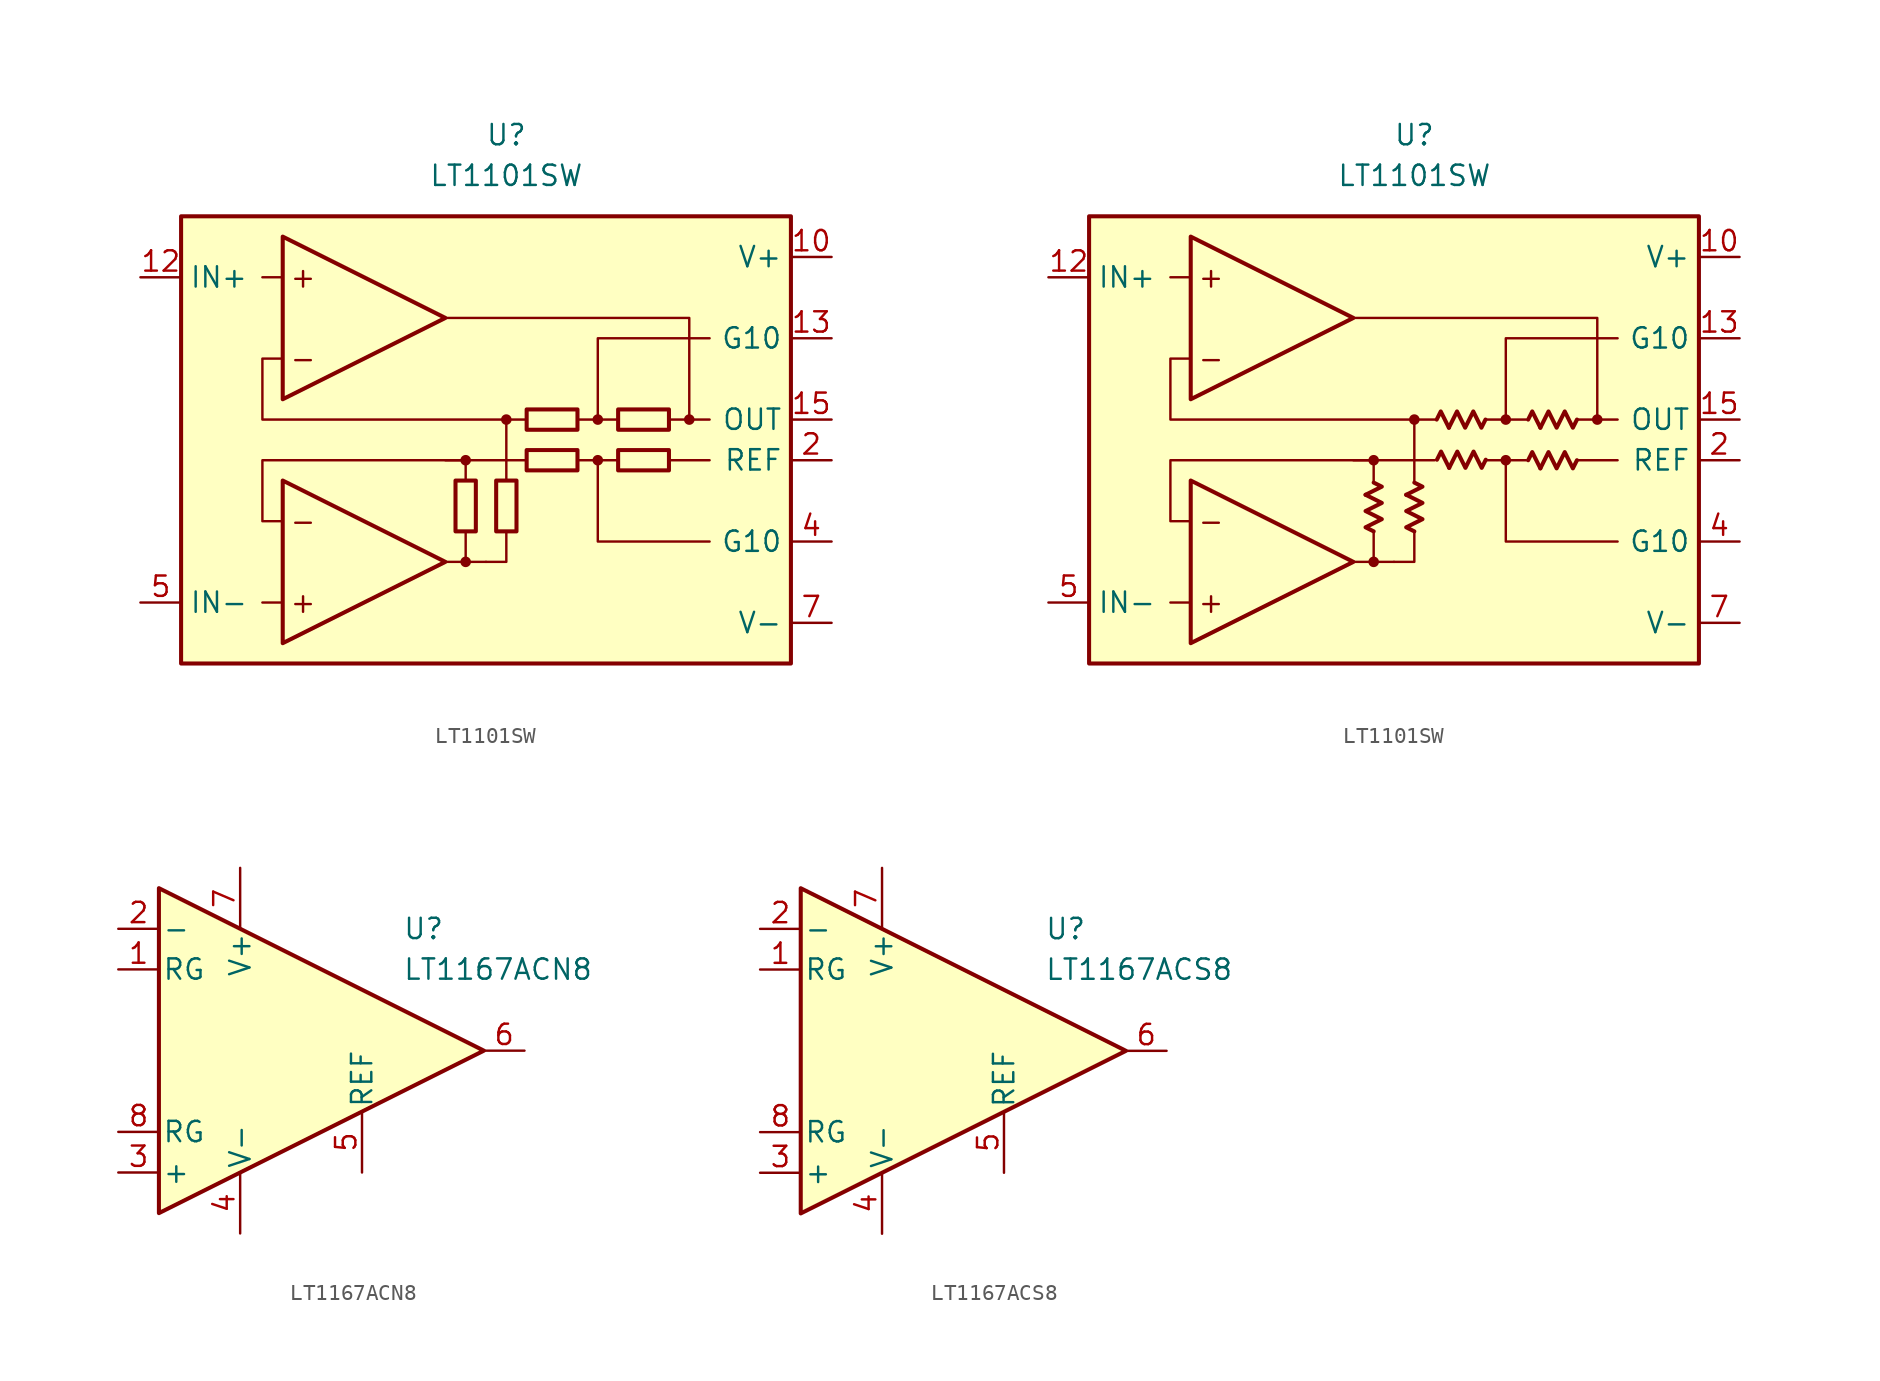
<source format=kicad_sym>
(kicad_symbol_lib
  (version 20231120)
  (generator "kicad_symbol_editor")
  (generator_version "8.0")
  (symbol "LT1101SW"
    (property "Reference" "U"
      (at 0 19.05 0)
      (effects (font (size 1.27 1.27))))
    (property "Value" "LT1101SW"
      (at 0 16.51 0)
      (effects (font (size 1.27 1.27))))
    (symbol "LT1101SW_0_0"
      (rectangle (start -20.32 13.97) (end 17.78 -13.97) (stroke (width 0.254) (type default)) (fill (type background)))
      (circle (center -2.54 -7.62) (radius 0.254) (stroke (width 0.152) (type default)) (fill (type outline)))
      (circle (center -2.54 -1.27) (radius 0.254) (stroke (width 0.152) (type default)) (fill (type outline)))
      (polyline (pts (xy -13.97 -10.16) (xy -15.24 -10.16)) (stroke (width 0.152) (type default)) (fill (type none)))
      (polyline (pts (xy -13.97 10.16) (xy -15.24 10.16)) (stroke (width 0.152) (type default)) (fill (type none)))
      (polyline (pts (xy -3.81 -7.62) (xy -1.27 -7.62)) (stroke (width 0.152) (type default)) (fill (type none)))
      (polyline (pts (xy -2.54 -5.715) (xy -2.54 -7.62)) (stroke (width 0.152) (type default)) (fill (type none)))
      (polyline (pts (xy -2.54 -2.54) (xy -2.54 -1.27)) (stroke (width 0.152) (type default)) (fill (type none)))
      (polyline (pts (xy 0 -2.54) (xy 0 -1.27)) (stroke (width 0.152) (type default)) (fill (type none)))
      (polyline (pts (xy 0 -1.27) (xy 0 1.27)) (stroke (width 0.152) (type default)) (fill (type none)))
      (polyline (pts (xy 1.27 -1.27) (xy -3.81 -1.27)) (stroke (width 0.152) (type default)) (fill (type none)))
      (polyline (pts (xy 5.715 -1.27) (xy 4.445 -1.27)) (stroke (width 0.152) (type default)) (fill (type none)))
      (polyline (pts (xy 5.715 1.27) (xy 4.445 1.27)) (stroke (width 0.152) (type default)) (fill (type none)))
      (polyline (pts (xy 6.985 -1.27) (xy 5.715 -1.27)) (stroke (width 0.152) (type default)) (fill (type none)))
      (polyline (pts (xy 6.985 1.27) (xy 5.715 1.27)) (stroke (width 0.152) (type default)) (fill (type none)))
      (polyline (pts (xy 11.43 1.27) (xy 12.7 1.27)) (stroke (width 0.152) (type default)) (fill (type none)))
      (polyline (pts (xy 12.7 -1.27) (xy 10.16 -1.27)) (stroke (width 0.152) (type default)) (fill (type none)))
      (polyline (pts (xy -1.27 -7.62) (xy 0 -7.62) (xy 0 -5.715)) (stroke (width 0.152) (type default)) (fill (type none)))
      (polyline (pts (xy 5.715 1.27) (xy 5.715 6.35) (xy 12.7 6.35)) (stroke (width 0.152) (type default)) (fill (type none)))
      (polyline (pts (xy 12.7 -6.35) (xy 5.715 -6.35) (xy 5.715 -1.27)) (stroke (width 0.152) (type default)) (fill (type none)))
      (polyline (pts (xy -2.54 -1.27) (xy -15.24 -1.27) (xy -15.24 -5.08) (xy -13.97 -5.08)) (stroke (width 0.152) (type default)) (fill (type none)))
      (polyline (pts (xy 10.16 1.27) (xy 11.43 1.27) (xy 11.43 7.62) (xy -3.81 7.62)) (stroke (width 0.152) (type default)) (fill (type none)))
      (polyline (pts (xy 1.27 1.27) (xy -15.24 1.27) (xy -15.24 5.08) (xy -15.24 5.08) (xy -13.97 5.08)) (stroke (width 0.152) (type default)) (fill (type none)))
      (circle (center 0 1.27) (radius 0.254) (stroke (width 0.152) (type default)) (fill (type outline)))
      (circle (center 5.715 -1.27) (radius 0.254) (stroke (width 0.152) (type default)) (fill (type outline)))
      (circle (center 5.715 1.27) (radius 0.254) (stroke (width 0.152) (type default)) (fill (type outline)))
      (circle (center 11.43 1.27) (radius 0.254) (stroke (width 0.152) (type default)) (fill (type outline)))
      (text "+" (at -12.7 -10.16 0) (effects (font (size 1.27 1.27))))
      (text "+" (at -12.7 10.16 0) (effects (font (size 1.27 1.27))))
      (text "-" (at -12.7 -5.08 0) (effects (font (size 1.27 1.27))))
      (text "-" (at -12.7 5.08 0) (effects (font (size 1.27 1.27)))))
    (symbol "LT1101SW_0_1"
      (rectangle (start -3.175 -5.715) (end -1.905 -2.54) (stroke (width 0.254) (type default)) (fill (type none)))
      (rectangle (start -0.635 -5.715) (end 0.635 -2.54) (stroke (width 0.254) (type default)) (fill (type none)))
      (rectangle (start 1.27 1.905) (end 4.445 0.635) (stroke (width 0.254) (type default)) (fill (type none)))
      (rectangle (start 4.445 -1.905) (end 1.27 -0.635) (stroke (width 0.254) (type default)) (fill (type none)))
      (rectangle (start 10.16 -1.905) (end 6.985 -0.635) (stroke (width 0.254) (type default)) (fill (type none)))
      (rectangle (start 10.16 0.635) (end 6.985 1.905) (stroke (width 0.254) (type default)) (fill (type none))))
    (symbol "LT1101SW_0_2"
      (polyline (pts (xy -3.048 -3.429) (xy -2.032 -2.921) (xy -2.54 -2.667)) (stroke (width 0.254) (type default)) (fill (type none)))
      (polyline (pts (xy -0.508 -3.429) (xy 0.508 -2.921) (xy 0 -2.667)) (stroke (width 0.254) (type default)) (fill (type none)))
      (polyline (pts (xy 2.159 0.762) (xy 1.651 1.778) (xy 1.397 1.27)) (stroke (width 0.254) (type default)) (fill (type none)))
      (polyline (pts (xy 2.177 -1.746) (xy 1.669 -0.73) (xy 1.415 -1.238)) (stroke (width 0.254) (type default)) (fill (type none)))
      (polyline (pts (xy 7.874 -1.778) (xy 7.366 -0.762) (xy 7.112 -1.27)) (stroke (width 0.254) (type default)) (fill (type none)))
      (polyline (pts (xy 7.874 0.762) (xy 7.366 1.778) (xy 7.112 1.27)) (stroke (width 0.254) (type default)) (fill (type none)))
      (polyline (pts (xy -2.54 -5.715) (xy -3.048 -5.461) (xy -2.032 -4.953) (xy -3.048 -4.445) (xy -2.032 -3.937) (xy -3.048 -3.429)) (stroke (width 0.254) (type default)) (fill (type none)))
      (polyline (pts (xy 0 -5.715) (xy -0.508 -5.461) (xy 0.508 -4.953) (xy -0.508 -4.445) (xy 0.508 -3.937) (xy -0.508 -3.429)) (stroke (width 0.254) (type default)) (fill (type none)))
      (polyline (pts (xy 4.445 1.27) (xy 4.191 0.762) (xy 3.683 1.778) (xy 3.175 0.762) (xy 2.667 1.778) (xy 2.159 0.762)) (stroke (width 0.254) (type default)) (fill (type none)))
      (polyline (pts (xy 4.463 -1.238) (xy 4.209 -1.746) (xy 3.701 -0.73) (xy 3.193 -1.746) (xy 2.685 -0.73) (xy 2.177 -1.746)) (stroke (width 0.254) (type default)) (fill (type none)))
      (polyline (pts (xy 10.16 -1.27) (xy 9.906 -1.778) (xy 9.398 -0.762) (xy 8.89 -1.778) (xy 8.382 -0.762) (xy 7.874 -1.778)) (stroke (width 0.254) (type default)) (fill (type none)))
      (polyline (pts (xy 10.16 1.27) (xy 9.906 0.762) (xy 9.398 1.778) (xy 8.89 0.762) (xy 8.382 1.778) (xy 7.874 0.762)) (stroke (width 0.254) (type default)) (fill (type none))))
    (symbol "LT1101SW_1_0"
      (polyline (pts (xy -13.97 -2.54) (xy -13.97 -12.7) (xy -3.81 -7.62) (xy -13.97 -2.54)) (stroke (width 0.254) (type default)) (fill (type background)))
      (polyline (pts (xy -13.97 12.7) (xy -13.97 2.54) (xy -3.81 7.62) (xy -13.97 12.7)) (stroke (width 0.254) (type default)) (fill (type background))))
    (symbol "LT1101SW_1_1"
      (pin free line (at 3.81 8.89 0) (length 2.54) hide (name "NC" (effects (font (size 1.27 1.27)))) (number "1" (effects (font (size 1.27 1.27)))))
      (pin power_in line (at 20.32 11.43 180) (length 2.54) (name "V+" (effects (font (size 1.27 1.27)))) (number "10" (effects (font (size 1.27 1.27)))))
      (pin free line (at 3.81 -3.81 0) (length 2.54) hide (name "NC" (effects (font (size 1.27 1.27)))) (number "11" (effects (font (size 1.27 1.27)))))
      (pin input line (at -22.86 10.16 0) (length 2.54) (name "IN+" (effects (font (size 1.27 1.27)))) (number "12" (effects (font (size 1.27 1.27)))))
      (pin passive line (at 20.32 6.35 180) (length 2.54) (name "G10" (effects (font (size 1.27 1.27)))) (number "13" (effects (font (size 1.27 1.27)))))
      (pin free line (at 3.81 -6.35 0) (length 2.54) hide (name "NC" (effects (font (size 1.27 1.27)))) (number "14" (effects (font (size 1.27 1.27)))))
      (pin output line (at 20.32 1.27 180) (length 2.54) (name "OUT" (effects (font (size 1.27 1.27)))) (number "15" (effects (font (size 1.27 1.27)))))
      (pin free line (at 3.81 -8.89 0) (length 2.54) hide (name "NC" (effects (font (size 1.27 1.27)))) (number "16" (effects (font (size 1.27 1.27)))))
      (pin input line (at 20.32 -1.27 180) (length 2.54) (name "REF" (effects (font (size 1.27 1.27)))) (number "2" (effects (font (size 1.27 1.27)))))
      (pin free line (at 3.81 6.35 0) (length 2.54) hide (name "NC" (effects (font (size 1.27 1.27)))) (number "3" (effects (font (size 1.27 1.27)))))
      (pin passive line (at 20.32 -6.35 180) (length 2.54) (name "G10" (effects (font (size 1.27 1.27)))) (number "4" (effects (font (size 1.27 1.27)))))
      (pin input line (at -22.86 -10.16 0) (length 2.54) (name "IN-" (effects (font (size 1.27 1.27)))) (number "5" (effects (font (size 1.27 1.27)))))
      (pin free line (at 3.81 3.81 0) (length 2.54) hide (name "NC" (effects (font (size 1.27 1.27)))) (number "6" (effects (font (size 1.27 1.27)))))
      (pin power_in line (at 20.32 -11.43 180) (length 2.54) (name "V-" (effects (font (size 1.27 1.27)))) (number "7" (effects (font (size 1.27 1.27)))))
      (pin free line (at 3.81 1.27 0) (length 2.54) hide (name "NC" (effects (font (size 1.27 1.27)))) (number "8" (effects (font (size 1.27 1.27)))))
      (pin free line (at 3.81 -1.27 0) (length 2.54) hide (name "NC" (effects (font (size 1.27 1.27)))) (number "9" (effects (font (size 1.27 1.27))))))
    (symbol "LT1101SW_1_2"
      (pin no_connect line (at 3.81 8.89 0) (length 2.54) hide (name "NC" (effects (font (size 1.27 1.27)))) (number "1" (effects (font (size 1.27 1.27)))))
      (pin power_in line (at 20.32 11.43 180) (length 2.54) (name "V+" (effects (font (size 1.27 1.27)))) (number "10" (effects (font (size 1.27 1.27)))))
      (pin no_connect line (at 3.81 -3.81 0) (length 2.54) hide (name "NC" (effects (font (size 1.27 1.27)))) (number "11" (effects (font (size 1.27 1.27)))))
      (pin input line (at -22.86 10.16 0) (length 2.54) (name "IN+" (effects (font (size 1.27 1.27)))) (number "12" (effects (font (size 1.27 1.27)))))
      (pin passive line (at 20.32 6.35 180) (length 2.54) (name "G10" (effects (font (size 1.27 1.27)))) (number "13" (effects (font (size 1.27 1.27)))))
      (pin no_connect line (at 3.81 -6.35 0) (length 2.54) hide (name "NC" (effects (font (size 1.27 1.27)))) (number "14" (effects (font (size 1.27 1.27)))))
      (pin output line (at 20.32 1.27 180) (length 2.54) (name "OUT" (effects (font (size 1.27 1.27)))) (number "15" (effects (font (size 1.27 1.27)))))
      (pin no_connect line (at 3.81 -8.89 0) (length 2.54) hide (name "NC" (effects (font (size 1.27 1.27)))) (number "16" (effects (font (size 1.27 1.27)))))
      (pin input line (at 20.32 -1.27 180) (length 2.54) (name "REF" (effects (font (size 1.27 1.27)))) (number "2" (effects (font (size 1.27 1.27)))))
      (pin no_connect line (at 3.81 6.35 0) (length 2.54) hide (name "NC" (effects (font (size 1.27 1.27)))) (number "3" (effects (font (size 1.27 1.27)))))
      (pin passive line (at 20.32 -6.35 180) (length 2.54) (name "G10" (effects (font (size 1.27 1.27)))) (number "4" (effects (font (size 1.27 1.27)))))
      (pin input line (at -22.86 -10.16 0) (length 2.54) (name "IN-" (effects (font (size 1.27 1.27)))) (number "5" (effects (font (size 1.27 1.27)))))
      (pin no_connect line (at 3.81 3.81 0) (length 2.54) hide (name "NC" (effects (font (size 1.27 1.27)))) (number "6" (effects (font (size 1.27 1.27)))))
      (pin power_in line (at 20.32 -11.43 180) (length 2.54) (name "V-" (effects (font (size 1.27 1.27)))) (number "7" (effects (font (size 1.27 1.27)))))
      (pin no_connect line (at 3.81 1.27 0) (length 2.54) hide (name "NC" (effects (font (size 1.27 1.27)))) (number "8" (effects (font (size 1.27 1.27)))))
      (pin no_connect line (at 3.81 -1.27 0) (length 2.54) hide (name "NC" (effects (font (size 1.27 1.27)))) (number "9" (effects (font (size 1.27 1.27)))))))
  (symbol "LT1167ACN8"
    (pin_names
      (offset 0.2))
    (property "Reference" "U"
      (at 6.35 7.62 0)
      (effects (font (size 1.27 1.27)) (justify left)))
    (property "Value" "LT1167ACN8"
      (at 6.35 5.08 0)
      (effects (font (size 1.27 1.27)) (justify left)))
    (symbol "LT1167ACN8_0_1"
      (polyline (pts (xy -8.89 10.16) (xy -8.89 -10.16) (xy 11.43 0) (xy -8.89 10.16)) (stroke (width 0.254) (type default)) (fill (type background))))
    (symbol "LT1167ACN8_1_1"
      (pin passive line (at -11.43 5.08 0) (length 2.54) (name "RG" (effects (font (size 1.27 1.27)))) (number "1" (effects (font (size 1.27 1.27)))))
      (pin input line (at -11.43 7.62 0) (length 2.54) (name "-" (effects (font (size 1.27 1.27)))) (number "2" (effects (font (size 1.27 1.27)))))
      (pin input line (at -11.43 -7.62 0) (length 2.54) (name "+" (effects (font (size 1.27 1.27)))) (number "3" (effects (font (size 1.27 1.27)))))
      (pin power_in line (at -3.81 -11.43 90) (length 3.81) (name "V-" (effects (font (size 1.27 1.27)))) (number "4" (effects (font (size 1.27 1.27)))))
      (pin input line (at 3.81 -7.62 90) (length 3.81) (name "REF" (effects (font (size 1.27 1.27)))) (number "5" (effects (font (size 1.27 1.27)))))
      (pin output line (at 13.97 0 180) (length 2.54) (name "~" (effects (font (size 1.27 1.27)))) (number "6" (effects (font (size 1.27 1.27)))))
      (pin power_in line (at -3.81 11.43 270) (length 3.81) (name "V+" (effects (font (size 1.27 1.27)))) (number "7" (effects (font (size 1.27 1.27)))))
      (pin passive line (at -11.43 -5.08 0) (length 2.54) (name "RG" (effects (font (size 1.27 1.27)))) (number "8" (effects (font (size 1.27 1.27)))))))
  (symbol "LT1167ACS8"
    (pin_names
      (offset 0.2))
    (property "Reference" "U"
      (at 6.35 7.62 0)
      (effects (font (size 1.27 1.27)) (justify left)))
    (property "Value" "LT1167ACS8"
      (at 6.35 5.08 0)
      (effects (font (size 1.27 1.27)) (justify left)))
    (symbol "LT1167ACS8_0_1"
      (polyline (pts (xy -8.89 10.16) (xy -8.89 -10.16) (xy 11.43 0) (xy -8.89 10.16)) (stroke (width 0.254) (type default)) (fill (type background))))
    (symbol "LT1167ACS8_1_1"
      (pin passive line (at -11.43 5.08 0) (length 2.54) (name "RG" (effects (font (size 1.27 1.27)))) (number "1" (effects (font (size 1.27 1.27)))))
      (pin input line (at -11.43 7.62 0) (length 2.54) (name "-" (effects (font (size 1.27 1.27)))) (number "2" (effects (font (size 1.27 1.27)))))
      (pin input line (at -11.43 -7.62 0) (length 2.54) (name "+" (effects (font (size 1.27 1.27)))) (number "3" (effects (font (size 1.27 1.27)))))
      (pin power_in line (at -3.81 -11.43 90) (length 3.81) (name "V-" (effects (font (size 1.27 1.27)))) (number "4" (effects (font (size 1.27 1.27)))))
      (pin input line (at 3.81 -7.62 90) (length 3.81) (name "REF" (effects (font (size 1.27 1.27)))) (number "5" (effects (font (size 1.27 1.27)))))
      (pin output line (at 13.97 0 180) (length 2.54) (name "~" (effects (font (size 1.27 1.27)))) (number "6" (effects (font (size 1.27 1.27)))))
      (pin power_in line (at -3.81 11.43 270) (length 3.81) (name "V+" (effects (font (size 1.27 1.27)))) (number "7" (effects (font (size 1.27 1.27)))))
      (pin passive line (at -11.43 -5.08 0) (length 2.54) (name "RG" (effects (font (size 1.27 1.27)))) (number "8" (effects (font (size 1.27 1.27))))))))
</source>
